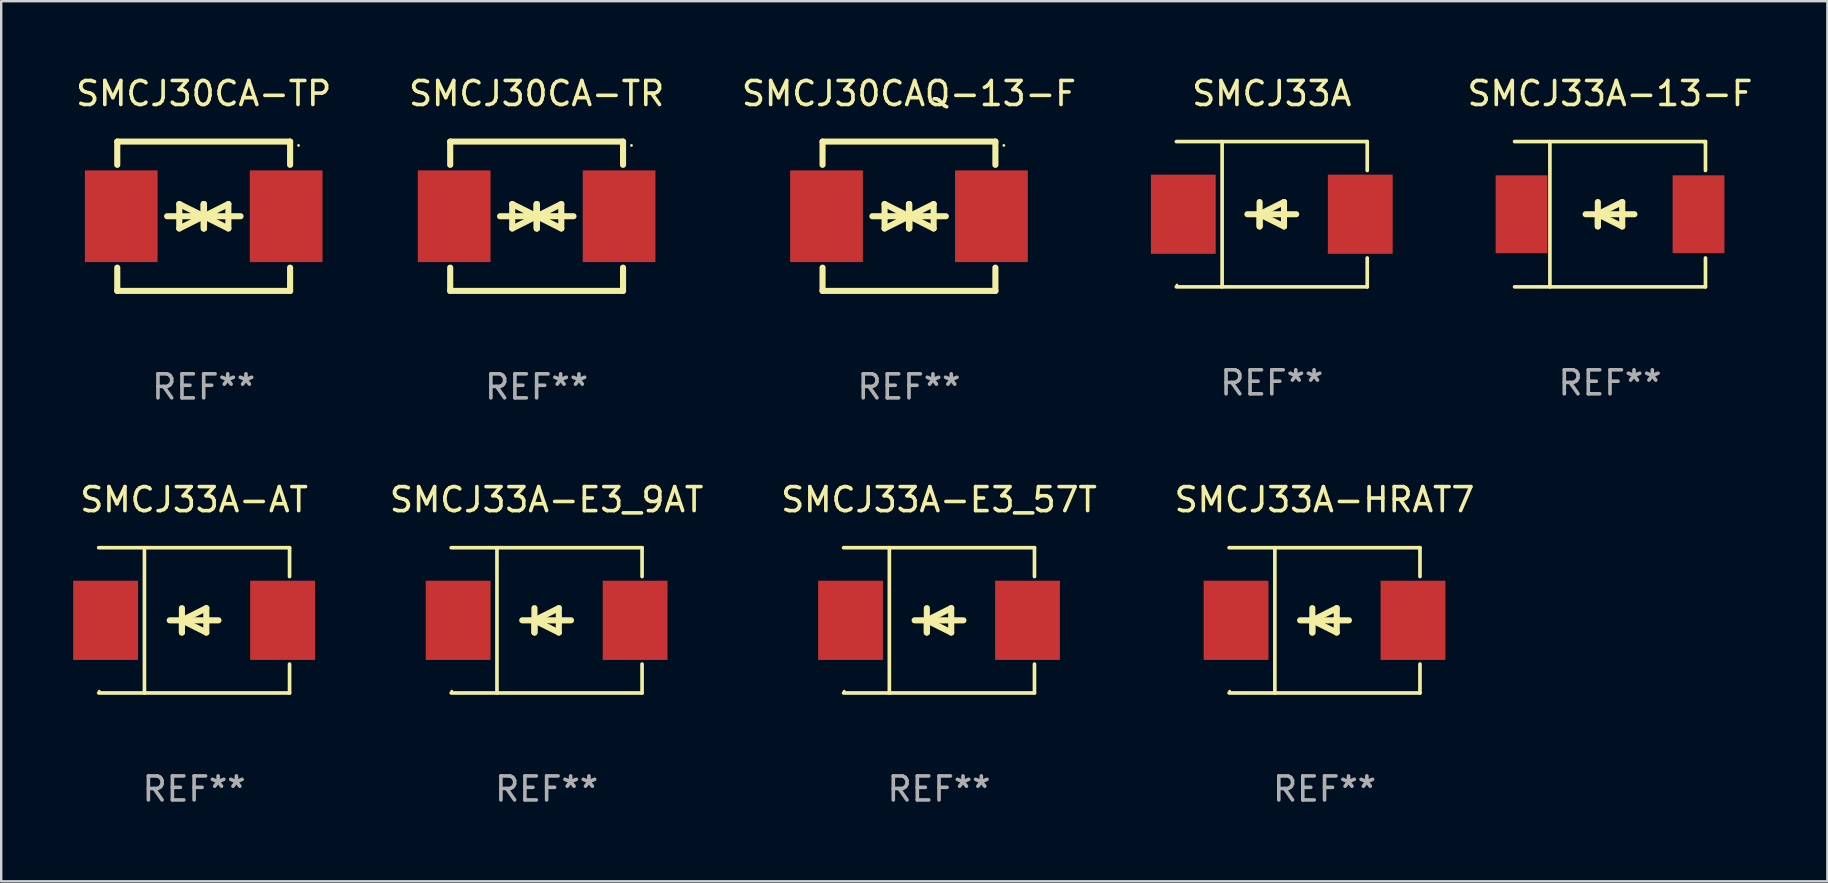
<source format=kicad_pcb>
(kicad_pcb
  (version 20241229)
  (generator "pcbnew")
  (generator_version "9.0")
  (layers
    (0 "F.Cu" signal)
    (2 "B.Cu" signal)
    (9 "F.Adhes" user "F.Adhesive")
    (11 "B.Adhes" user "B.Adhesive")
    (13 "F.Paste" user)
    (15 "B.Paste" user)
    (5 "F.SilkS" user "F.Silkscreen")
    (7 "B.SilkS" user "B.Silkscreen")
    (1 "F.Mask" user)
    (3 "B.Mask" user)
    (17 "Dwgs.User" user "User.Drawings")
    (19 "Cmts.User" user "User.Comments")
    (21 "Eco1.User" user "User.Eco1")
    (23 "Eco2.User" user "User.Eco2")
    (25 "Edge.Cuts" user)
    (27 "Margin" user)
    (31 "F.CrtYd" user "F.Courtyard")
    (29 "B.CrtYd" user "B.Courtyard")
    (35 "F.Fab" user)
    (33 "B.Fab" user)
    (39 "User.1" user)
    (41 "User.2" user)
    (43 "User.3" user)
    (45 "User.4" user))
  (footprint "SMCJ33A"
    (layer "F.Cu")
    (at 49.929 5.874)
    (property "Reference" "SMCJ33A" (at 0 -5.026 0) (layer "F.SilkS") (effects (font (size 1 1) (thickness 0.15))))
    (attr through_hole)
    (fp_line (start -3.976 -3.026) (end 3.976 -3.026) (stroke (width 0.152) (type solid)) (layer "F.SilkS"))
    (fp_line (start -3.976 3.026) (end 3.976 3.026) (stroke (width 0.152) (type solid)) (layer "F.SilkS"))
    (fp_line (start -2.069 -3.026) (end -2.069 3.026) (stroke (width 0.152) (type solid)) (layer "F.SilkS"))
    (fp_line (start -0.508 0) (end -0.508 0.508) (stroke (width 0.254) (type solid)) (layer "F.SilkS"))
    (fp_line (start -0.508 0) (end 0.508 0.508) (stroke (width 0.254) (type solid)) (layer "F.SilkS"))
    (fp_line (start -0.508 0.508) (end -0.508 -0.508) (stroke (width 0.254) (type solid)) (layer "F.SilkS"))
    (fp_line (start 0.508 -0.508) (end -0.508 0) (stroke (width 0.254) (type solid)) (layer "F.SilkS"))
    (fp_line (start 0.508 0.508) (end 0.508 -0.508) (stroke (width 0.254) (type solid)) (layer "F.SilkS"))
    (fp_line (start 1.016 0) (end -1.016 0) (stroke (width 0.254) (type solid)) (layer "F.SilkS"))
    (fp_line (start 3.976 -3.026) (end 3.976 -1.823) (stroke (width 0.152) (type solid)) (layer "F.SilkS"))
    (fp_line (start 3.976 3.026) (end 3.976 1.823) (stroke (width 0.152) (type solid)) (layer "F.SilkS"))
    (fp_circle (center -3.95 2.95) (end -3.92 2.95) (stroke (width 0.06) (type solid)) (fill no) (layer "F.SilkS"))
    (fp_text user "REF**" (at 0 7.026 0) (layer "F.Fab") (effects (font (size 1 1) (thickness 0.15))))
    (pad "1" smd rect (at -3.686 0) (size 2.7 3.3) (layers "F.Cu" "F.Mask" "F.Paste"))
    (pad "2" smd rect (at 3.686 0) (size 2.7 3.3) (layers "F.Cu" "F.Mask" "F.Paste")))
  (footprint "SMCJ33A-HRAT7"
    (layer "F.Cu")
    (at 52.126 22.791)
    (property "Reference" "SMCJ33A-HRAT7" (at 0 -5.026 0) (layer "F.SilkS") (effects (font (size 1 1) (thickness 0.15))))
    (attr through_hole)
    (fp_line (start -3.976 -3.026) (end 3.976 -3.026) (stroke (width 0.152) (type solid)) (layer "F.SilkS"))
    (fp_line (start -3.976 3.026) (end 3.976 3.026) (stroke (width 0.152) (type solid)) (layer "F.SilkS"))
    (fp_line (start -2.069 -3.026) (end -2.069 3.026) (stroke (width 0.152) (type solid)) (layer "F.SilkS"))
    (fp_line (start -0.508 0) (end -0.508 0.508) (stroke (width 0.254) (type solid)) (layer "F.SilkS"))
    (fp_line (start -0.508 0) (end 0.508 0.508) (stroke (width 0.254) (type solid)) (layer "F.SilkS"))
    (fp_line (start -0.508 0.508) (end -0.508 -0.508) (stroke (width 0.254) (type solid)) (layer "F.SilkS"))
    (fp_line (start 0.508 -0.508) (end -0.508 0) (stroke (width 0.254) (type solid)) (layer "F.SilkS"))
    (fp_line (start 0.508 0.508) (end 0.508 -0.508) (stroke (width 0.254) (type solid)) (layer "F.SilkS"))
    (fp_line (start 1.016 0) (end -1.016 0) (stroke (width 0.254) (type solid)) (layer "F.SilkS"))
    (fp_line (start 3.976 -3.026) (end 3.976 -1.823) (stroke (width 0.152) (type solid)) (layer "F.SilkS"))
    (fp_line (start 3.976 3.026) (end 3.976 1.823) (stroke (width 0.152) (type solid)) (layer "F.SilkS"))
    (fp_circle (center -3.95 2.95) (end -3.92 2.95) (stroke (width 0.06) (type solid)) (fill no) (layer "F.SilkS"))
    (fp_text user "REF**" (at 0 7.026 0) (layer "F.Fab") (effects (font (size 1 1) (thickness 0.15))))
    (pad "1" smd rect (at -3.686 0) (size 2.7 3.3) (layers "F.Cu" "F.Mask" "F.Paste"))
    (pad "2" smd rect (at 3.686 0) (size 2.7 3.3) (layers "F.Cu" "F.Mask" "F.Paste")))
  (footprint "SMCJ33A-E3_57T"
    (layer "F.Cu")
    (at 36.067 22.791)
    (property "Reference" "SMCJ33A-E3_57T" (at 0 -5.026 0) (layer "F.SilkS") (effects (font (size 1 1) (thickness 0.15))))
    (attr through_hole)
    (fp_line (start -3.976 -3.026) (end 3.976 -3.026) (stroke (width 0.152) (type solid)) (layer "F.SilkS"))
    (fp_line (start -3.976 3.026) (end 3.976 3.026) (stroke (width 0.152) (type solid)) (layer "F.SilkS"))
    (fp_line (start -2.069 -3.026) (end -2.069 3.026) (stroke (width 0.152) (type solid)) (layer "F.SilkS"))
    (fp_line (start -0.508 0) (end -0.508 0.508) (stroke (width 0.254) (type solid)) (layer "F.SilkS"))
    (fp_line (start -0.508 0) (end 0.508 0.508) (stroke (width 0.254) (type solid)) (layer "F.SilkS"))
    (fp_line (start -0.508 0.508) (end -0.508 -0.508) (stroke (width 0.254) (type solid)) (layer "F.SilkS"))
    (fp_line (start 0.508 -0.508) (end -0.508 0) (stroke (width 0.254) (type solid)) (layer "F.SilkS"))
    (fp_line (start 0.508 0.508) (end 0.508 -0.508) (stroke (width 0.254) (type solid)) (layer "F.SilkS"))
    (fp_line (start 1.016 0) (end -1.016 0) (stroke (width 0.254) (type solid)) (layer "F.SilkS"))
    (fp_line (start 3.976 -3.026) (end 3.976 -1.823) (stroke (width 0.152) (type solid)) (layer "F.SilkS"))
    (fp_line (start 3.976 3.026) (end 3.976 1.823) (stroke (width 0.152) (type solid)) (layer "F.SilkS"))
    (fp_circle (center -3.95 2.95) (end -3.92 2.95) (stroke (width 0.06) (type solid)) (fill no) (layer "F.SilkS"))
    (fp_text user "REF**" (at 0 7.026 0) (layer "F.Fab") (effects (font (size 1 1) (thickness 0.15))))
    (pad "1" smd rect (at -3.686 0) (size 2.7 3.3) (layers "F.Cu" "F.Mask" "F.Paste"))
    (pad "2" smd rect (at 3.686 0) (size 2.7 3.3) (layers "F.Cu" "F.Mask" "F.Paste")))
  (footprint "SMCJ30CA-TR"
    (layer "F.Cu")
    (at 19.304 5.958)
    (property "Reference" "SMCJ30CA-TR" (at 0 -5.11 0) (layer "F.SilkS") (effects (font (size 1 1) (thickness 0.15))))
    (attr through_hole)
    (fp_line (start -3.6 -2.141) (end -3.6 -3.11) (stroke (width 0.254) (type solid)) (layer "F.SilkS"))
    (fp_line (start -3.6 3.11) (end -3.6 2.141) (stroke (width 0.254) (type solid)) (layer "F.SilkS"))
    (fp_line (start -1.524 0) (end 0.508 0) (stroke (width 0.254) (type solid)) (layer "F.SilkS"))
    (fp_line (start -1.016 -0.508) (end -1.016 0.508) (stroke (width 0.254) (type solid)) (layer "F.SilkS"))
    (fp_line (start -1.016 0.508) (end 0 0) (stroke (width 0.254) (type solid)) (layer "F.SilkS"))
    (fp_line (start 0 -0.508) (end 0 0.508) (stroke (width 0.254) (type solid)) (layer "F.SilkS"))
    (fp_line (start 0 0) (end -1.016 -0.508) (stroke (width 0.254) (type solid)) (layer "F.SilkS"))
    (fp_line (start 0 0) (end 0 -0.508) (stroke (width 0.254) (type solid)) (layer "F.SilkS"))
    (fp_line (start 0.012 0) (end 0.012 0.508) (stroke (width 0.254) (type solid)) (layer "F.SilkS"))
    (fp_line (start 0.012 0) (end 1.028 0.508) (stroke (width 0.254) (type solid)) (layer "F.SilkS"))
    (fp_line (start 0.012 0.508) (end 0.012 -0.508) (stroke (width 0.254) (type solid)) (layer "F.SilkS"))
    (fp_line (start 1.028 -0.508) (end 0.012 0) (stroke (width 0.254) (type solid)) (layer "F.SilkS"))
    (fp_line (start 1.028 0.508) (end 1.028 -0.508) (stroke (width 0.254) (type solid)) (layer "F.SilkS"))
    (fp_line (start 1.536 0) (end -0.496 0) (stroke (width 0.254) (type solid)) (layer "F.SilkS"))
    (fp_line (start 3.6 -3.11) (end -3.6 -3.11) (stroke (width 0.254) (type solid)) (layer "F.SilkS"))
    (fp_line (start 3.6 -2.141) (end 3.6 -3.11) (stroke (width 0.254) (type solid)) (layer "F.SilkS"))
    (fp_line (start 3.6 3.11) (end -3.6 3.11) (stroke (width 0.254) (type solid)) (layer "F.SilkS"))
    (fp_line (start 3.6 3.11) (end 3.6 2.141) (stroke (width 0.254) (type solid)) (layer "F.SilkS"))
    (fp_circle (center 3.952 -2.95) (end 3.982 -2.95) (stroke (width 0.06) (type solid)) (fill no) (layer "F.SilkS"))
    (fp_text user "REF**" (at 0 7.11 0) (layer "F.Fab") (effects (font (size 1 1) (thickness 0.15))))
    (pad "1" smd rect (at 3.435 0) (size 3.03 3.82) (layers "F.Cu" "F.Mask" "F.Paste"))
    (pad "2" smd rect (at -3.435 0) (size 3.03 3.82) (layers "F.Cu" "F.Mask" "F.Paste")))
  (footprint "SMCJ33A-E3_9AT"
    (layer "F.Cu")
    (at 19.721 22.791)
    (property "Reference" "SMCJ33A-E3_9AT" (at 0 -5.026 0) (layer "F.SilkS") (effects (font (size 1 1) (thickness 0.15))))
    (attr through_hole)
    (fp_line (start -3.976 -3.026) (end 3.976 -3.026) (stroke (width 0.152) (type solid)) (layer "F.SilkS"))
    (fp_line (start -3.976 3.026) (end 3.976 3.026) (stroke (width 0.152) (type solid)) (layer "F.SilkS"))
    (fp_line (start -2.069 -3.026) (end -2.069 3.026) (stroke (width 0.152) (type solid)) (layer "F.SilkS"))
    (fp_line (start -0.508 0) (end -0.508 0.508) (stroke (width 0.254) (type solid)) (layer "F.SilkS"))
    (fp_line (start -0.508 0) (end 0.508 0.508) (stroke (width 0.254) (type solid)) (layer "F.SilkS"))
    (fp_line (start -0.508 0.508) (end -0.508 -0.508) (stroke (width 0.254) (type solid)) (layer "F.SilkS"))
    (fp_line (start 0.508 -0.508) (end -0.508 0) (stroke (width 0.254) (type solid)) (layer "F.SilkS"))
    (fp_line (start 0.508 0.508) (end 0.508 -0.508) (stroke (width 0.254) (type solid)) (layer "F.SilkS"))
    (fp_line (start 1.016 0) (end -1.016 0) (stroke (width 0.254) (type solid)) (layer "F.SilkS"))
    (fp_line (start 3.976 -3.026) (end 3.976 -1.823) (stroke (width 0.152) (type solid)) (layer "F.SilkS"))
    (fp_line (start 3.976 3.026) (end 3.976 1.823) (stroke (width 0.152) (type solid)) (layer "F.SilkS"))
    (fp_circle (center -3.95 2.95) (end -3.92 2.95) (stroke (width 0.06) (type solid)) (fill no) (layer "F.SilkS"))
    (fp_text user "REF**" (at 0 7.026 0) (layer "F.Fab") (effects (font (size 1 1) (thickness 0.15))))
    (pad "1" smd rect (at -3.686 0) (size 2.7 3.3) (layers "F.Cu" "F.Mask" "F.Paste"))
    (pad "2" smd rect (at 3.686 0) (size 2.7 3.3) (layers "F.Cu" "F.Mask" "F.Paste")))
  (footprint "SMCJ30CA-TP"
    (layer "F.Cu")
    (at 5.435 5.958)
    (property "Reference" "SMCJ30CA-TP" (at 0 -5.11 0) (layer "F.SilkS") (effects (font (size 1 1) (thickness 0.15))))
    (attr through_hole)
    (fp_line (start -3.6 -2.141) (end -3.6 -3.11) (stroke (width 0.254) (type solid)) (layer "F.SilkS"))
    (fp_line (start -3.6 3.11) (end -3.6 2.141) (stroke (width 0.254) (type solid)) (layer "F.SilkS"))
    (fp_line (start -1.524 0) (end 0.508 0) (stroke (width 0.254) (type solid)) (layer "F.SilkS"))
    (fp_line (start -1.016 -0.508) (end -1.016 0.508) (stroke (width 0.254) (type solid)) (layer "F.SilkS"))
    (fp_line (start -1.016 0.508) (end 0 0) (stroke (width 0.254) (type solid)) (layer "F.SilkS"))
    (fp_line (start 0 -0.508) (end 0 0.508) (stroke (width 0.254) (type solid)) (layer "F.SilkS"))
    (fp_line (start 0 0) (end -1.016 -0.508) (stroke (width 0.254) (type solid)) (layer "F.SilkS"))
    (fp_line (start 0 0) (end 0 -0.508) (stroke (width 0.254) (type solid)) (layer "F.SilkS"))
    (fp_line (start 0.012 0) (end 0.012 0.508) (stroke (width 0.254) (type solid)) (layer "F.SilkS"))
    (fp_line (start 0.012 0) (end 1.028 0.508) (stroke (width 0.254) (type solid)) (layer "F.SilkS"))
    (fp_line (start 0.012 0.508) (end 0.012 -0.508) (stroke (width 0.254) (type solid)) (layer "F.SilkS"))
    (fp_line (start 1.028 -0.508) (end 0.012 0) (stroke (width 0.254) (type solid)) (layer "F.SilkS"))
    (fp_line (start 1.028 0.508) (end 1.028 -0.508) (stroke (width 0.254) (type solid)) (layer "F.SilkS"))
    (fp_line (start 1.536 0) (end -0.496 0) (stroke (width 0.254) (type solid)) (layer "F.SilkS"))
    (fp_line (start 3.6 -3.11) (end -3.6 -3.11) (stroke (width 0.254) (type solid)) (layer "F.SilkS"))
    (fp_line (start 3.6 -2.141) (end 3.6 -3.11) (stroke (width 0.254) (type solid)) (layer "F.SilkS"))
    (fp_line (start 3.6 3.11) (end -3.6 3.11) (stroke (width 0.254) (type solid)) (layer "F.SilkS"))
    (fp_line (start 3.6 3.11) (end 3.6 2.141) (stroke (width 0.254) (type solid)) (layer "F.SilkS"))
    (fp_circle (center 3.952 -2.95) (end 3.982 -2.95) (stroke (width 0.06) (type solid)) (fill no) (layer "F.SilkS"))
    (fp_text user "REF**" (at 0 7.11 0) (layer "F.Fab") (effects (font (size 1 1) (thickness 0.15))))
    (pad "1" smd rect (at 3.435 0) (size 3.03 3.82) (layers "F.Cu" "F.Mask" "F.Paste"))
    (pad "2" smd rect (at -3.435 0) (size 3.03 3.82) (layers "F.Cu" "F.Mask" "F.Paste")))
  (footprint "SMCJ30CAQ-13-F"
    (layer "F.Cu")
    (at 34.815 5.958)
    (property "Reference" "SMCJ30CAQ-13-F" (at 0 -5.11 0) (layer "F.SilkS") (effects (font (size 1 1) (thickness 0.15))))
    (attr through_hole)
    (fp_line (start -3.6 -2.141) (end -3.6 -3.11) (stroke (width 0.254) (type solid)) (layer "F.SilkS"))
    (fp_line (start -3.6 3.11) (end -3.6 2.141) (stroke (width 0.254) (type solid)) (layer "F.SilkS"))
    (fp_line (start -1.524 0) (end 0.508 0) (stroke (width 0.254) (type solid)) (layer "F.SilkS"))
    (fp_line (start -1.016 -0.508) (end -1.016 0.508) (stroke (width 0.254) (type solid)) (layer "F.SilkS"))
    (fp_line (start -1.016 0.508) (end 0 0) (stroke (width 0.254) (type solid)) (layer "F.SilkS"))
    (fp_line (start 0 -0.508) (end 0 0.508) (stroke (width 0.254) (type solid)) (layer "F.SilkS"))
    (fp_line (start 0 0) (end -1.016 -0.508) (stroke (width 0.254) (type solid)) (layer "F.SilkS"))
    (fp_line (start 0 0) (end 0 -0.508) (stroke (width 0.254) (type solid)) (layer "F.SilkS"))
    (fp_line (start 0.012 0) (end 0.012 0.508) (stroke (width 0.254) (type solid)) (layer "F.SilkS"))
    (fp_line (start 0.012 0) (end 1.028 0.508) (stroke (width 0.254) (type solid)) (layer "F.SilkS"))
    (fp_line (start 0.012 0.508) (end 0.012 -0.508) (stroke (width 0.254) (type solid)) (layer "F.SilkS"))
    (fp_line (start 1.028 -0.508) (end 0.012 0) (stroke (width 0.254) (type solid)) (layer "F.SilkS"))
    (fp_line (start 1.028 0.508) (end 1.028 -0.508) (stroke (width 0.254) (type solid)) (layer "F.SilkS"))
    (fp_line (start 1.536 0) (end -0.496 0) (stroke (width 0.254) (type solid)) (layer "F.SilkS"))
    (fp_line (start 3.6 -3.11) (end -3.6 -3.11) (stroke (width 0.254) (type solid)) (layer "F.SilkS"))
    (fp_line (start 3.6 -2.141) (end 3.6 -3.11) (stroke (width 0.254) (type solid)) (layer "F.SilkS"))
    (fp_line (start 3.6 3.11) (end -3.6 3.11) (stroke (width 0.254) (type solid)) (layer "F.SilkS"))
    (fp_line (start 3.6 3.11) (end 3.6 2.141) (stroke (width 0.254) (type solid)) (layer "F.SilkS"))
    (fp_circle (center 3.952 -2.95) (end 3.982 -2.95) (stroke (width 0.06) (type solid)) (fill no) (layer "F.SilkS"))
    (fp_text user "REF**" (at 0 7.11 0) (layer "F.Fab") (effects (font (size 1 1) (thickness 0.15))))
    (pad "1" smd rect (at 3.435 0) (size 3.03 3.82) (layers "F.Cu" "F.Mask" "F.Paste"))
    (pad "2" smd rect (at -3.435 0) (size 3.03 3.82) (layers "F.Cu" "F.Mask" "F.Paste")))
  (footprint "SMCJ33A-AT"
    (layer "F.Cu")
    (at 5.036 22.791)
    (property "Reference" "SMCJ33A-AT" (at 0 -5.026 0) (layer "F.SilkS") (effects (font (size 1 1) (thickness 0.15))))
    (attr through_hole)
    (fp_line (start -3.976 -3.026) (end 3.976 -3.026) (stroke (width 0.152) (type solid)) (layer "F.SilkS"))
    (fp_line (start -3.976 3.026) (end 3.976 3.026) (stroke (width 0.152) (type solid)) (layer "F.SilkS"))
    (fp_line (start -2.069 -3.026) (end -2.069 3.026) (stroke (width 0.152) (type solid)) (layer "F.SilkS"))
    (fp_line (start -0.508 0) (end -0.508 0.508) (stroke (width 0.254) (type solid)) (layer "F.SilkS"))
    (fp_line (start -0.508 0) (end 0.508 0.508) (stroke (width 0.254) (type solid)) (layer "F.SilkS"))
    (fp_line (start -0.508 0.508) (end -0.508 -0.508) (stroke (width 0.254) (type solid)) (layer "F.SilkS"))
    (fp_line (start 0.508 -0.508) (end -0.508 0) (stroke (width 0.254) (type solid)) (layer "F.SilkS"))
    (fp_line (start 0.508 0.508) (end 0.508 -0.508) (stroke (width 0.254) (type solid)) (layer "F.SilkS"))
    (fp_line (start 1.016 0) (end -1.016 0) (stroke (width 0.254) (type solid)) (layer "F.SilkS"))
    (fp_line (start 3.976 -3.026) (end 3.976 -1.823) (stroke (width 0.152) (type solid)) (layer "F.SilkS"))
    (fp_line (start 3.976 3.026) (end 3.976 1.823) (stroke (width 0.152) (type solid)) (layer "F.SilkS"))
    (fp_circle (center -3.95 2.95) (end -3.92 2.95) (stroke (width 0.06) (type solid)) (fill no) (layer "F.SilkS"))
    (fp_text user "REF**" (at 0 7.026 0) (layer "F.Fab") (effects (font (size 1 1) (thickness 0.15))))
    (pad "1" smd rect (at -3.686 0) (size 2.7 3.3) (layers "F.Cu" "F.Mask" "F.Paste"))
    (pad "2" smd rect (at 3.686 0) (size 2.7 3.3) (layers "F.Cu" "F.Mask" "F.Paste")))
  (footprint "SMCJ33A-13-F"
    (layer "F.Cu")
    (at 64.019 5.874)
    (property "Reference" "SMCJ33A-13-F" (at 0 -5.026 0) (layer "F.SilkS") (effects (font (size 1 1) (thickness 0.15))))
    (attr through_hole)
    (fp_line (start -3.976 -3.026) (end 3.976 -3.026) (stroke (width 0.152) (type solid)) (layer "F.SilkS"))
    (fp_line (start -3.976 3.026) (end 3.976 3.026) (stroke (width 0.152) (type solid)) (layer "F.SilkS"))
    (fp_line (start -2.504 -3.026) (end -2.504 3.026) (stroke (width 0.152) (type solid)) (layer "F.SilkS"))
    (fp_line (start -0.508 0) (end -0.508 0.508) (stroke (width 0.254) (type solid)) (layer "F.SilkS"))
    (fp_line (start -0.508 0) (end 0.508 0.508) (stroke (width 0.254) (type solid)) (layer "F.SilkS"))
    (fp_line (start -0.508 0.508) (end -0.508 -0.508) (stroke (width 0.254) (type solid)) (layer "F.SilkS"))
    (fp_line (start 0.508 -0.508) (end -0.508 0) (stroke (width 0.254) (type solid)) (layer "F.SilkS"))
    (fp_line (start 0.508 0.508) (end 0.508 -0.508) (stroke (width 0.254) (type solid)) (layer "F.SilkS"))
    (fp_line (start 1.016 0) (end -1.016 0) (stroke (width 0.254) (type solid)) (layer "F.SilkS"))
    (fp_line (start 3.976 -3.026) (end 3.976 -1.823) (stroke (width 0.152) (type solid)) (layer "F.SilkS"))
    (fp_line (start 3.976 3.026) (end 3.976 1.823) (stroke (width 0.152) (type solid)) (layer "F.SilkS"))
    (fp_circle (center 3.95 -2.95) (end 3.98 -2.95) (stroke (width 0.06) (type solid)) (fill no) (layer "F.SilkS"))
    (fp_text user "REF**" (at 0 7.026 0) (layer "F.Fab") (effects (font (size 1 1) (thickness 0.15))))
    (pad "1" smd rect (at 3.686 0 180) (size 2.158 3.24) (layers "F.Cu" "F.Mask" "F.Paste"))
    (pad "2" smd rect (at -3.686 0 180) (size 2.158 3.24) (layers "F.Cu" "F.Mask" "F.Paste")))
  (gr_rect
    (start -3 -3)
    (end 73.073 33.665)
    (stroke (width 0.1) (type default))
    (fill no)
    (layer "Edge.Cuts")))
</source>
